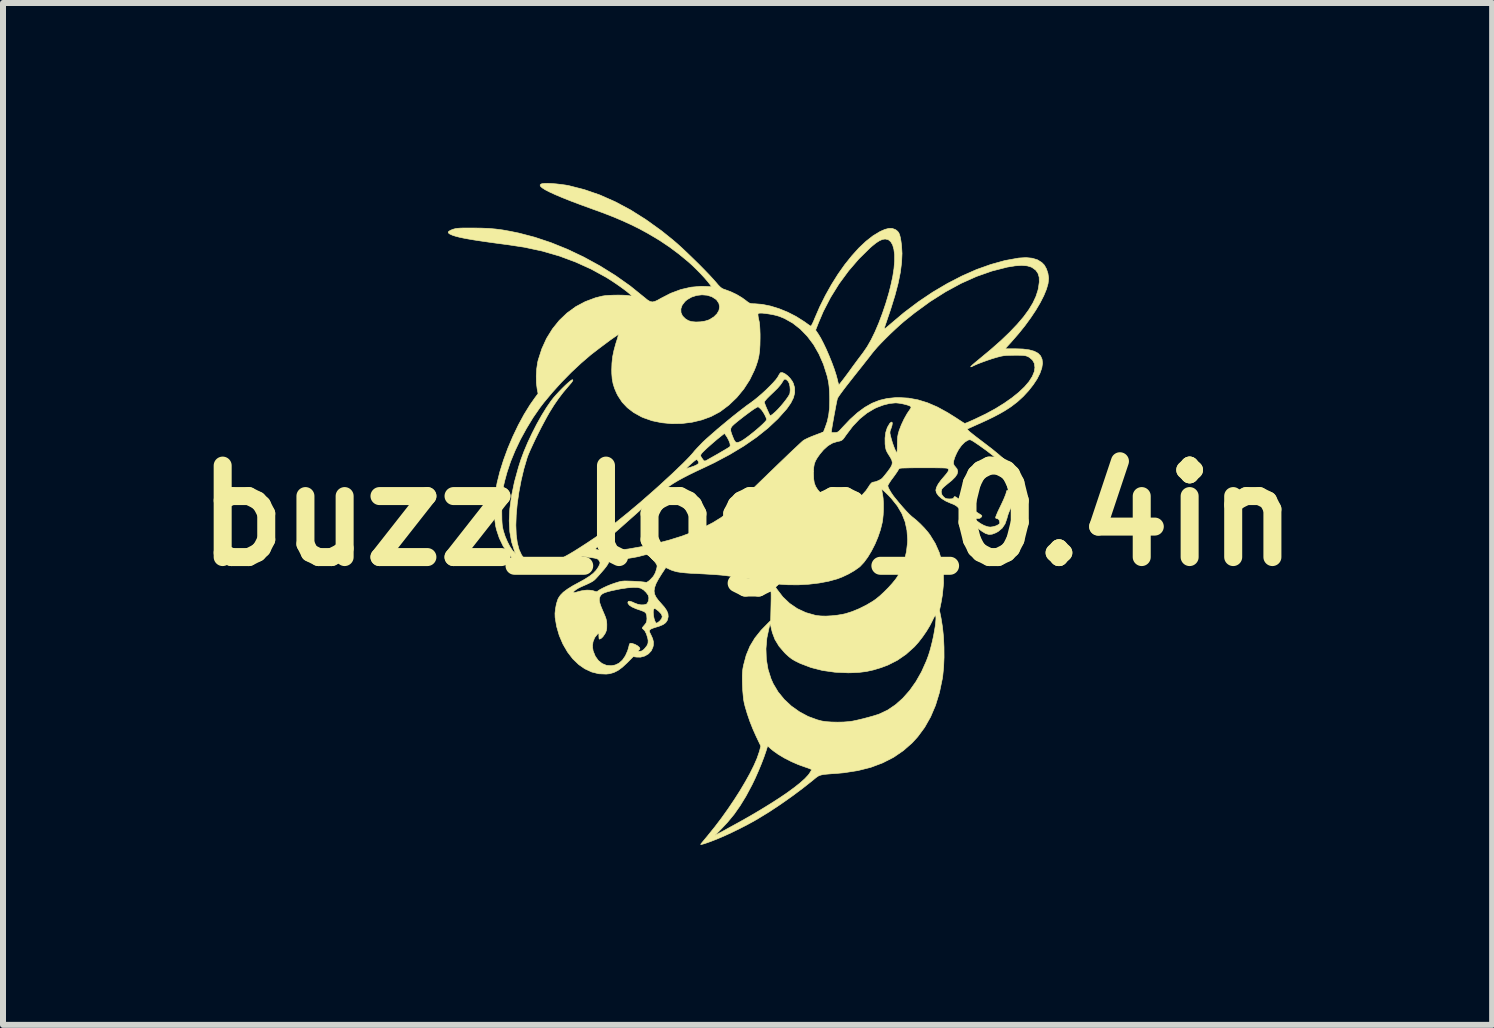
<source format=kicad_pcb>
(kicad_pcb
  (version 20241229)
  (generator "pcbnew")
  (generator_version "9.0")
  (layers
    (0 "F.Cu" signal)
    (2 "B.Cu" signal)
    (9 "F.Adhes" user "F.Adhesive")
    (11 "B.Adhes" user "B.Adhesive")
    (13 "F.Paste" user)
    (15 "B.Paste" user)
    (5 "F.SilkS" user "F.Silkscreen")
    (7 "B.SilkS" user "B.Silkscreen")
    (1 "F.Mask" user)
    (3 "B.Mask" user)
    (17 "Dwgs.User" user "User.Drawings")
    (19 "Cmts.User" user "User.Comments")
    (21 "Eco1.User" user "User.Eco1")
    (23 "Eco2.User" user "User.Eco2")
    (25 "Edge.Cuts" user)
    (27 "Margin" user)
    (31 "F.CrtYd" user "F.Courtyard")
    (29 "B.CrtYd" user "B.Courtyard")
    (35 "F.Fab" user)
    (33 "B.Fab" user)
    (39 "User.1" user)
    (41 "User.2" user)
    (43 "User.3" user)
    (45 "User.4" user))
  (footprint "buzz_logo_0.4in"
    (layer "F.Cu")
    (at 9.405 5.542)
    (property "Reference" "buzz_logo_0.4in" (at 0 0 0) (layer "F.SilkS") (effects (font (size 1.524 1.524) (thickness 0.3))))
    (attr through_hole)
    (fp_poly (pts (xy -3.262 -5.534) (xy -3.186 -5.528) (xy -3.108 -5.519) (xy -3.034 -5.509) (xy -2.978 -5.499) (xy -2.72 -5.433) (xy -2.462 -5.344) (xy -2.206 -5.231) (xy -1.949 -5.094) (xy -1.692 -4.932) (xy -1.433 -4.746) (xy -1.245 -4.595) (xy -1.174 -4.534) (xy -1.091 -4.459) (xy -1.001 -4.374) (xy -0.907 -4.283) (xy -0.813 -4.191) (xy -0.723 -4.1) (xy -0.641 -4.015) (xy -0.571 -3.939) (xy -0.527 -3.889) (xy -0.486 -3.841) (xy -0.454 -3.809) (xy -0.427 -3.788) (xy -0.4 -3.775) (xy -0.37 -3.765) (xy -0.279 -3.731) (xy -0.182 -3.685) (xy -0.092 -3.631) (xy -0.038 -3.592) (xy 0.002 -3.561) (xy 0.032 -3.542) (xy 0.059 -3.534) (xy 0.094 -3.531) (xy 0.118 -3.531) (xy 0.244 -3.521) (xy 0.382 -3.493) (xy 0.525 -3.449) (xy 0.668 -3.391) (xy 0.807 -3.32) (xy 0.937 -3.238) (xy 0.952 -3.228) (xy 0.992 -3.199) (xy 1.026 -3.175) (xy 1.047 -3.161) (xy 1.049 -3.159) (xy 1.06 -3.164) (xy 1.077 -3.191) (xy 1.1 -3.24) (xy 1.119 -3.286) (xy 1.203 -3.48) (xy 1.297 -3.669) (xy 1.399 -3.851) (xy 1.507 -4.023) (xy 1.62 -4.183) (xy 1.737 -4.329) (xy 1.855 -4.46) (xy 1.974 -4.572) (xy 2.09 -4.663) (xy 2.204 -4.732) (xy 2.211 -4.736) (xy 2.289 -4.77) (xy 2.355 -4.787) (xy 2.411 -4.786) (xy 2.461 -4.768) (xy 2.478 -4.757) (xy 2.501 -4.738) (xy 2.519 -4.715) (xy 2.533 -4.683) (xy 2.545 -4.638) (xy 2.556 -4.577) (xy 2.566 -4.502) (xy 2.574 -4.369) (xy 2.567 -4.22) (xy 2.546 -4.054) (xy 2.509 -3.871) (xy 2.456 -3.67) (xy 2.388 -3.45) (xy 2.364 -3.378) (xy 2.339 -3.305) (xy 2.317 -3.239) (xy 2.298 -3.184) (xy 2.285 -3.144) (xy 2.279 -3.125) (xy 2.279 -3.115) (xy 2.29 -3.118) (xy 2.314 -3.135) (xy 2.353 -3.168) (xy 2.377 -3.189) (xy 2.607 -3.383) (xy 2.844 -3.562) (xy 3.085 -3.724) (xy 3.329 -3.868) (xy 3.573 -3.994) (xy 3.815 -4.101) (xy 4.054 -4.186) (xy 4.288 -4.251) (xy 4.515 -4.292) (xy 4.524 -4.293) (xy 4.64 -4.3) (xy 4.743 -4.29) (xy 4.831 -4.263) (xy 4.902 -4.219) (xy 4.945 -4.175) (xy 4.98 -4.112) (xy 5.005 -4.037) (xy 5.016 -3.961) (xy 5.016 -3.947) (xy 5.007 -3.867) (xy 4.98 -3.773) (xy 4.936 -3.666) (xy 4.877 -3.55) (xy 4.804 -3.426) (xy 4.718 -3.297) (xy 4.621 -3.164) (xy 4.514 -3.031) (xy 4.398 -2.898) (xy 4.393 -2.892) (xy 4.291 -2.781) (xy 4.46 -2.781) (xy 4.588 -2.777) (xy 4.693 -2.763) (xy 4.777 -2.74) (xy 4.839 -2.707) (xy 4.882 -2.663) (xy 4.907 -2.607) (xy 4.915 -2.541) (xy 4.903 -2.462) (xy 4.872 -2.373) (xy 4.824 -2.278) (xy 4.759 -2.18) (xy 4.682 -2.082) (xy 4.594 -1.987) (xy 4.497 -1.898) (xy 4.394 -1.819) (xy 4.366 -1.8) (xy 4.285 -1.748) (xy 4.198 -1.698) (xy 4.101 -1.647) (xy 3.99 -1.593) (xy 3.859 -1.533) (xy 3.851 -1.53) (xy 3.658 -1.443) (xy 3.686 -1.412) (xy 3.704 -1.396) (xy 3.74 -1.367) (xy 3.789 -1.328) (xy 3.849 -1.282) (xy 3.916 -1.231) (xy 3.962 -1.196) (xy 4.077 -1.108) (xy 4.183 -1.021) (xy 4.28 -0.936) (xy 4.365 -0.857) (xy 4.435 -0.785) (xy 4.487 -0.722) (xy 4.514 -0.682) (xy 4.532 -0.648) (xy 4.542 -0.619) (xy 4.546 -0.584) (xy 4.545 -0.535) (xy 4.545 -0.524) (xy 4.541 -0.473) (xy 4.534 -0.433) (xy 4.52 -0.393) (xy 4.498 -0.345) (xy 4.484 -0.318) (xy 4.438 -0.23) (xy 4.403 -0.161) (xy 4.376 -0.107) (xy 4.357 -0.063) (xy 4.343 -0.026) (xy 4.332 0.008) (xy 4.323 0.043) (xy 4.321 0.049) (xy 4.29 0.137) (xy 4.242 0.208) (xy 4.175 0.264) (xy 4.134 0.286) (xy 4.076 0.308) (xy 4.023 0.313) (xy 3.969 0.298) (xy 3.91 0.263) (xy 3.889 0.248) (xy 3.834 0.204) (xy 3.781 0.158) (xy 3.727 0.104) (xy 3.665 0.039) (xy 3.594 -0.043) (xy 3.592 -0.044) (xy 3.547 -0.097) (xy 3.512 -0.134) (xy 3.484 -0.159) (xy 3.456 -0.177) (xy 3.425 -0.192) (xy 3.388 -0.206) (xy 3.304 -0.243) (xy 3.234 -0.286) (xy 3.181 -0.333) (xy 3.148 -0.381) (xy 3.144 -0.397) (xy 3.226 -0.397) (xy 3.238 -0.35) (xy 3.263 -0.317) (xy 3.291 -0.293) (xy 3.32 -0.282) (xy 3.362 -0.279) (xy 3.365 -0.279) (xy 3.405 -0.281) (xy 3.427 -0.288) (xy 3.438 -0.303) (xy 3.44 -0.306) (xy 3.445 -0.316) (xy 3.454 -0.318) (xy 3.471 -0.311) (xy 3.498 -0.293) (xy 3.54 -0.262) (xy 3.569 -0.239) (xy 3.654 -0.174) (xy 3.724 -0.122) (xy 3.786 -0.079) (xy 3.845 -0.041) (xy 3.859 -0.032) (xy 3.891 -0.012) (xy 3.904 0.002) (xy 3.902 0.014) (xy 3.891 0.027) (xy 3.87 0.043) (xy 3.841 0.047) (xy 3.817 0.045) (xy 3.766 0.037) (xy 3.816 0.083) (xy 3.876 0.128) (xy 3.942 0.164) (xy 4.005 0.185) (xy 4.045 0.19) (xy 4.09 0.184) (xy 4.138 0.17) (xy 4.15 0.165) (xy 4.182 0.148) (xy 4.201 0.131) (xy 4.204 0.124) (xy 4.197 0.084) (xy 4.181 0.058) (xy 4.165 0.051) (xy 4.141 0.044) (xy 4.133 0.037) (xy 4.135 0.021) (xy 4.148 -0.013) (xy 4.168 -0.061) (xy 4.195 -0.118) (xy 4.208 -0.144) (xy 4.239 -0.209) (xy 4.268 -0.272) (xy 4.29 -0.326) (xy 4.305 -0.366) (xy 4.307 -0.373) (xy 4.316 -0.409) (xy 4.324 -0.423) (xy 4.332 -0.42) (xy 4.339 -0.412) (xy 4.361 -0.397) (xy 4.386 -0.406) (xy 4.413 -0.44) (xy 4.423 -0.458) (xy 4.442 -0.523) (xy 4.441 -0.594) (xy 4.418 -0.662) (xy 4.414 -0.67) (xy 4.367 -0.738) (xy 4.299 -0.814) (xy 4.212 -0.898) (xy 4.109 -0.986) (xy 3.99 -1.079) (xy 3.859 -1.173) (xy 3.782 -1.225) (xy 3.742 -1.25) (xy 3.716 -1.263) (xy 3.696 -1.265) (xy 3.674 -1.259) (xy 3.67 -1.257) (xy 3.619 -1.225) (xy 3.566 -1.172) (xy 3.517 -1.104) (xy 3.484 -1.043) (xy 3.452 -0.97) (xy 3.435 -0.914) (xy 3.431 -0.872) (xy 3.441 -0.84) (xy 3.459 -0.818) (xy 3.491 -0.778) (xy 3.502 -0.736) (xy 3.491 -0.691) (xy 3.457 -0.642) (xy 3.401 -0.586) (xy 3.357 -0.551) (xy 3.312 -0.514) (xy 3.273 -0.481) (xy 3.247 -0.455) (xy 3.238 -0.444) (xy 3.226 -0.397) (xy 3.144 -0.397) (xy 3.137 -0.425) (xy 3.148 -0.471) (xy 3.178 -0.529) (xy 3.227 -0.596) (xy 3.269 -0.645) (xy 3.315 -0.699) (xy 3.342 -0.738) (xy 3.351 -0.765) (xy 3.342 -0.783) (xy 3.318 -0.792) (xy 3.295 -0.794) (xy 3.251 -0.796) (xy 3.19 -0.797) (xy 3.116 -0.798) (xy 3.034 -0.798) (xy 2.946 -0.798) (xy 2.858 -0.798) (xy 2.773 -0.798) (xy 2.696 -0.797) (xy 2.631 -0.795) (xy 2.582 -0.794) (xy 2.553 -0.792) (xy 2.55 -0.792) (xy 2.524 -0.782) (xy 2.515 -0.77) (xy 2.507 -0.754) (xy 2.487 -0.723) (xy 2.458 -0.681) (xy 2.426 -0.637) (xy 2.39 -0.589) (xy 2.362 -0.546) (xy 2.343 -0.514) (xy 2.337 -0.499) (xy 2.344 -0.472) (xy 2.364 -0.432) (xy 2.393 -0.383) (xy 2.428 -0.332) (xy 2.449 -0.305) (xy 2.516 -0.223) (xy 2.581 -0.147) (xy 2.641 -0.08) (xy 2.693 -0.026) (xy 2.735 0.013) (xy 2.75 0.025) (xy 2.811 0.074) (xy 2.879 0.137) (xy 2.947 0.207) (xy 3.007 0.277) (xy 3.038 0.318) (xy 3.127 0.462) (xy 3.194 0.613) (xy 3.24 0.773) (xy 3.263 0.943) (xy 3.266 1.124) (xy 3.247 1.318) (xy 3.225 1.446) (xy 3.198 1.577) (xy 3.224 1.706) (xy 3.248 1.856) (xy 3.265 2.02) (xy 3.273 2.191) (xy 3.274 2.361) (xy 3.267 2.524) (xy 3.252 2.673) (xy 3.245 2.718) (xy 3.197 2.948) (xy 3.132 3.16) (xy 3.05 3.352) (xy 2.951 3.527) (xy 2.835 3.684) (xy 2.743 3.785) (xy 2.595 3.915) (xy 2.431 4.027) (xy 2.25 4.119) (xy 2.053 4.193) (xy 1.838 4.247) (xy 1.607 4.283) (xy 1.486 4.294) (xy 1.395 4.3) (xy 1.325 4.306) (xy 1.272 4.311) (xy 1.232 4.319) (xy 1.2 4.328) (xy 1.172 4.342) (xy 1.145 4.361) (xy 1.114 4.386) (xy 1.083 4.412) (xy 0.916 4.544) (xy 0.736 4.678) (xy 0.55 4.809) (xy 0.363 4.933) (xy 0.183 5.043) (xy 0.108 5.087) (xy -0.011 5.152) (xy -0.138 5.217) (xy -0.267 5.28) (xy -0.393 5.338) (xy -0.513 5.389) (xy -0.621 5.431) (xy -0.712 5.463) (xy -0.722 5.466) (xy -0.76 5.476) (xy -0.778 5.48) (xy -0.78 5.475) (xy -0.773 5.464) (xy -0.758 5.446) (xy -0.731 5.413) (xy -0.696 5.371) (xy -0.66 5.328) (xy -0.658 5.325) (xy -0.54 5.325) (xy -0.438 5.271) (xy -0.39 5.245) (xy -0.327 5.21) (xy -0.256 5.171) (xy -0.183 5.131) (xy -0.152 5.114) (xy 0.038 5.007) (xy 0.216 4.902) (xy 0.38 4.801) (xy 0.53 4.705) (xy 0.664 4.614) (xy 0.78 4.529) (xy 0.878 4.451) (xy 0.955 4.382) (xy 1.011 4.322) (xy 1.029 4.298) (xy 1.05 4.265) (xy 1.064 4.241) (xy 1.067 4.233) (xy 1.056 4.224) (xy 1.025 4.211) (xy 0.981 4.195) (xy 0.956 4.187) (xy 0.845 4.147) (xy 0.73 4.097) (xy 0.618 4.04) (xy 0.515 3.979) (xy 0.428 3.917) (xy 0.384 3.881) (xy 0.335 3.837) (xy 0.306 3.928) (xy 0.272 4.026) (xy 0.229 4.138) (xy 0.18 4.256) (xy 0.128 4.374) (xy 0.076 4.482) (xy 0.068 4.497) (xy -0.027 4.675) (xy -0.124 4.833) (xy -0.225 4.977) (xy -0.335 5.11) (xy -0.418 5.199) (xy -0.54 5.325) (xy -0.658 5.325) (xy -0.545 5.185) (xy -0.431 5.035) (xy -0.322 4.882) (xy -0.219 4.729) (xy -0.122 4.577) (xy -0.035 4.43) (xy 0.042 4.291) (xy 0.107 4.161) (xy 0.158 4.044) (xy 0.193 3.942) (xy 0.2 3.92) (xy 0.221 3.838) (xy 0.143 3.675) (xy 0.089 3.554) (xy 0.038 3.425) (xy -0.006 3.296) (xy -0.042 3.174) (xy -0.057 3.111) (xy -0.066 3.062) (xy -0.073 2.993) (xy -0.08 2.914) (xy -0.084 2.831) (xy -0.085 2.813) (xy -0.087 2.728) (xy -0.087 2.662) (xy -0.084 2.607) (xy -0.079 2.558) (xy -0.07 2.507) (xy -0.066 2.489) (xy -0.022 2.324) (xy 0.023 2.216) (xy 0.307 2.216) (xy 0.313 2.391) (xy 0.341 2.558) (xy 0.391 2.717) (xy 0.428 2.8) (xy 0.509 2.936) (xy 0.611 3.061) (xy 0.73 3.172) (xy 0.864 3.267) (xy 1.009 3.345) (xy 1.162 3.401) (xy 1.238 3.421) (xy 1.311 3.432) (xy 1.401 3.438) (xy 1.5 3.44) (xy 1.599 3.438) (xy 1.69 3.431) (xy 1.754 3.422) (xy 1.833 3.405) (xy 1.921 3.384) (xy 2.012 3.36) (xy 2.098 3.336) (xy 2.171 3.313) (xy 2.199 3.303) (xy 2.334 3.239) (xy 2.464 3.151) (xy 2.587 3.042) (xy 2.701 2.913) (xy 2.806 2.765) (xy 2.899 2.601) (xy 2.98 2.42) (xy 3.014 2.329) (xy 3.037 2.256) (xy 3.059 2.175) (xy 3.08 2.09) (xy 3.099 2.004) (xy 3.114 1.921) (xy 3.127 1.844) (xy 3.135 1.776) (xy 3.139 1.721) (xy 3.138 1.683) (xy 3.131 1.665) (xy 3.127 1.664) (xy 3.118 1.675) (xy 3.102 1.703) (xy 3.082 1.744) (xy 3.08 1.749) (xy 3.037 1.833) (xy 2.981 1.926) (xy 2.916 2.02) (xy 2.848 2.108) (xy 2.782 2.182) (xy 2.777 2.187) (xy 2.641 2.309) (xy 2.496 2.409) (xy 2.338 2.489) (xy 2.223 2.532) (xy 2.097 2.57) (xy 1.979 2.596) (xy 1.858 2.611) (xy 1.725 2.617) (xy 1.676 2.618) (xy 1.456 2.608) (xy 1.25 2.579) (xy 1.058 2.53) (xy 0.882 2.463) (xy 0.852 2.449) (xy 0.786 2.416) (xy 0.735 2.385) (xy 0.69 2.35) (xy 0.641 2.306) (xy 0.617 2.282) (xy 0.525 2.175) (xy 0.457 2.063) (xy 0.413 1.947) (xy 0.409 1.93) (xy 0.398 1.886) (xy 0.389 1.845) (xy 0.386 1.835) (xy 0.381 1.814) (xy 0.376 1.811) (xy 0.369 1.828) (xy 0.36 1.861) (xy 0.322 2.039) (xy 0.307 2.216) (xy 0.023 2.216) (xy 0.04 2.175) (xy 0.122 2.039) (xy 0.225 1.91) (xy 0.266 1.868) (xy 0.385 1.747) (xy 0.391 1.484) (xy 0.393 1.388) (xy 0.393 1.314) (xy 0.391 1.258) (xy 0.385 1.217) (xy 0.375 1.188) (xy 0.359 1.167) (xy 0.336 1.15) (xy 0.309 1.136) (xy 0.435 1.136) (xy 0.44 1.147) (xy 0.456 1.174) (xy 0.48 1.212) (xy 0.49 1.226) (xy 0.588 1.354) (xy 0.701 1.461) (xy 0.83 1.549) (xy 0.972 1.615) (xy 1.127 1.659) (xy 1.154 1.664) (xy 1.222 1.671) (xy 1.306 1.673) (xy 1.4 1.668) (xy 1.496 1.658) (xy 1.585 1.643) (xy 1.631 1.633) (xy 1.742 1.598) (xy 1.861 1.549) (xy 1.979 1.49) (xy 2.087 1.426) (xy 2.14 1.389) (xy 2.206 1.335) (xy 2.276 1.27) (xy 2.347 1.199) (xy 2.411 1.128) (xy 2.465 1.062) (xy 2.501 1.01) (xy 2.564 0.885) (xy 2.614 0.745) (xy 2.648 0.598) (xy 2.665 0.452) (xy 2.667 0.397) (xy 2.656 0.244) (xy 2.625 0.101) (xy 2.572 -0.034) (xy 2.496 -0.163) (xy 2.396 -0.288) (xy 2.343 -0.344) (xy 2.303 -0.383) (xy 2.269 -0.415) (xy 2.246 -0.434) (xy 2.238 -0.439) (xy 2.238 -0.425) (xy 2.242 -0.393) (xy 2.249 -0.36) (xy 2.259 -0.291) (xy 2.264 -0.205) (xy 2.264 -0.111) (xy 2.26 -0.015) (xy 2.251 0.073) (xy 2.243 0.119) (xy 2.214 0.236) (xy 2.173 0.356) (xy 2.123 0.475) (xy 2.065 0.588) (xy 2.003 0.691) (xy 1.938 0.779) (xy 1.874 0.847) (xy 1.862 0.857) (xy 1.78 0.915) (xy 1.683 0.971) (xy 1.577 1.021) (xy 1.493 1.053) (xy 1.351 1.092) (xy 1.192 1.122) (xy 1.022 1.142) (xy 0.847 1.152) (xy 0.674 1.151) (xy 0.591 1.146) (xy 0.531 1.141) (xy 0.483 1.138) (xy 0.449 1.136) (xy 0.435 1.136) (xy 0.435 1.136) (xy 0.309 1.136) (xy 0.306 1.135) (xy 0.289 1.127) (xy 0.248 1.109) (xy 0.202 1.093) (xy 0.15 1.078) (xy 0.088 1.064) (xy 0.013 1.05) (xy -0.077 1.036) (xy -0.185 1.021) (xy -0.315 1.005) (xy -0.375 0.997) (xy -0.44 0.99) (xy -0.523 0.983) (xy -0.618 0.977) (xy -0.717 0.971) (xy -0.813 0.966) (xy -0.826 0.965) (xy -0.942 0.96) (xy -1.036 0.953) (xy -1.112 0.945) (xy -1.175 0.935) (xy -1.227 0.921) (xy -1.274 0.905) (xy -1.312 0.887) (xy -1.342 0.873) (xy -1.361 0.866) (xy -1.364 0.866) (xy -1.371 0.878) (xy -1.389 0.906) (xy -1.414 0.944) (xy -1.425 0.96) (xy -1.483 1.053) (xy -1.524 1.13) (xy -1.548 1.196) (xy -1.557 1.254) (xy -1.549 1.307) (xy -1.524 1.359) (xy -1.484 1.413) (xy -1.446 1.456) (xy -1.387 1.523) (xy -1.347 1.581) (xy -1.326 1.632) (xy -1.322 1.682) (xy -1.333 1.732) (xy -1.339 1.746) (xy -1.364 1.783) (xy -1.408 1.815) (xy -1.474 1.842) (xy -1.53 1.859) (xy -1.573 1.873) (xy -1.609 1.888) (xy -1.624 1.898) (xy -1.635 1.912) (xy -1.636 1.928) (xy -1.626 1.953) (xy -1.61 1.985) (xy -1.581 2.049) (xy -1.568 2.103) (xy -1.569 2.155) (xy -1.576 2.189) (xy -1.604 2.251) (xy -1.651 2.302) (xy -1.712 2.338) (xy -1.782 2.357) (xy -1.85 2.356) (xy -1.904 2.348) (xy -2.009 2.454) (xy -2.087 2.526) (xy -2.158 2.578) (xy -2.228 2.613) (xy -2.299 2.633) (xy -2.355 2.639) (xy -2.477 2.634) (xy -2.597 2.604) (xy -2.713 2.55) (xy -2.813 2.48) (xy -2.912 2.385) (xy -3 2.27) (xy -3.053 2.178) (xy -2.584 2.178) (xy -2.573 2.252) (xy -2.537 2.342) (xy -2.486 2.413) (xy -2.424 2.463) (xy -2.352 2.493) (xy -2.272 2.5) (xy -2.206 2.488) (xy -2.142 2.458) (xy -2.084 2.406) (xy -2.035 2.335) (xy -1.997 2.249) (xy -1.979 2.187) (xy -1.97 2.149) (xy -1.961 2.13) (xy -1.947 2.125) (xy -1.925 2.128) (xy -1.876 2.144) (xy -1.831 2.169) (xy -1.801 2.196) (xy -1.799 2.2) (xy -1.793 2.22) (xy -1.808 2.239) (xy -1.81 2.241) (xy -1.825 2.254) (xy -1.821 2.259) (xy -1.795 2.26) (xy -1.765 2.255) (xy -1.735 2.235) (xy -1.71 2.21) (xy -1.675 2.165) (xy -1.658 2.125) (xy -1.656 2.079) (xy -1.663 2.04) (xy -1.685 1.969) (xy -1.712 1.917) (xy -1.739 1.89) (xy -1.752 1.879) (xy -1.753 1.868) (xy -1.74 1.849) (xy -1.72 1.826) (xy -1.693 1.792) (xy -1.68 1.761) (xy -1.676 1.719) (xy -1.676 1.714) (xy -1.68 1.66) (xy -1.693 1.624) (xy -1.7 1.618) (xy -1.571 1.618) (xy -1.567 1.664) (xy -1.558 1.711) (xy -1.545 1.752) (xy -1.531 1.781) (xy -1.518 1.791) (xy -1.499 1.783) (xy -1.471 1.762) (xy -1.462 1.754) (xy -1.43 1.715) (xy -1.421 1.678) (xy -1.436 1.639) (xy -1.475 1.597) (xy -1.484 1.589) (xy -1.519 1.561) (xy -1.541 1.548) (xy -1.554 1.549) (xy -1.562 1.555) (xy -1.57 1.579) (xy -1.571 1.618) (xy -1.7 1.618) (xy -1.72 1.6) (xy -1.767 1.582) (xy -1.768 1.581) (xy -1.859 1.55) (xy -1.926 1.52) (xy -1.969 1.491) (xy -1.991 1.462) (xy -1.994 1.446) (xy -1.986 1.427) (xy -1.962 1.425) (xy -1.921 1.438) (xy -1.887 1.454) (xy -1.832 1.475) (xy -1.776 1.486) (xy -1.725 1.485) (xy -1.686 1.474) (xy -1.673 1.464) (xy -1.65 1.42) (xy -1.644 1.369) (xy -1.655 1.325) (xy -1.689 1.278) (xy -1.734 1.235) (xy -1.781 1.208) (xy -1.782 1.207) (xy -1.834 1.196) (xy -1.908 1.195) (xy -2 1.202) (xy -2.11 1.218) (xy -2.179 1.232) (xy -2.266 1.25) (xy -2.332 1.267) (xy -2.38 1.283) (xy -2.414 1.299) (xy -2.438 1.318) (xy -2.454 1.34) (xy -2.458 1.348) (xy -2.468 1.376) (xy -2.47 1.408) (xy -2.463 1.449) (xy -2.446 1.502) (xy -2.417 1.572) (xy -2.398 1.616) (xy -2.373 1.675) (xy -2.357 1.721) (xy -2.348 1.762) (xy -2.345 1.805) (xy -2.345 1.823) (xy -2.346 1.876) (xy -2.353 1.915) (xy -2.367 1.951) (xy -2.379 1.972) (xy -2.411 2.018) (xy -2.444 2.048) (xy -2.469 2.057) (xy -2.474 2.046) (xy -2.476 2.018) (xy -2.477 2.005) (xy -2.477 1.952) (xy -2.503 1.976) (xy -2.547 2.032) (xy -2.575 2.102) (xy -2.584 2.178) (xy -3.053 2.178) (xy -3.076 2.139) (xy -3.137 1.996) (xy -3.181 1.845) (xy -3.206 1.695) (xy -3.208 1.626) (xy -3.199 1.547) (xy -3.184 1.468) (xy -3.162 1.399) (xy -3.151 1.374) (xy -3.118 1.325) (xy -3.076 1.282) (xy -2.908 1.282) (xy -2.897 1.284) (xy -2.869 1.279) (xy -2.829 1.268) (xy -2.772 1.253) (xy -2.709 1.243) (xy -2.673 1.24) (xy -2.624 1.242) (xy -2.578 1.249) (xy -2.556 1.256) (xy -2.525 1.266) (xy -2.506 1.264) (xy -2.492 1.254) (xy -2.458 1.231) (xy -2.405 1.203) (xy -2.341 1.173) (xy -2.27 1.144) (xy -2.2 1.12) (xy -2.155 1.106) (xy -2.119 1.096) (xy -2.085 1.091) (xy -2.046 1.088) (xy -1.997 1.089) (xy -1.931 1.091) (xy -1.905 1.092) (xy -1.838 1.096) (xy -1.778 1.1) (xy -1.732 1.105) (xy -1.704 1.109) (xy -1.699 1.11) (xy -1.679 1.11) (xy -1.65 1.092) (xy -1.621 1.067) (xy -1.569 1.011) (xy -1.535 0.95) (xy -1.513 0.878) (xy -1.507 0.848) (xy -1.509 0.825) (xy -1.521 0.802) (xy -1.545 0.769) (xy -1.554 0.759) (xy -1.587 0.721) (xy -1.621 0.687) (xy -1.642 0.669) (xy -1.665 0.653) (xy -1.686 0.649) (xy -1.716 0.654) (xy -1.737 0.66) (xy -1.821 0.682) (xy -1.904 0.698) (xy -1.993 0.712) (xy -2.098 0.723) (xy -2.123 0.725) (xy -2.297 0.741) (xy -2.319 0.791) (xy -2.334 0.818) (xy -2.356 0.85) (xy -2.389 0.892) (xy -2.435 0.945) (xy -2.495 1.013) (xy -2.532 1.053) (xy -2.554 1.074) (xy -2.583 1.095) (xy -2.623 1.117) (xy -2.677 1.143) (xy -2.75 1.175) (xy -2.781 1.189) (xy -2.823 1.21) (xy -2.862 1.235) (xy -2.892 1.26) (xy -2.908 1.279) (xy -2.908 1.282) (xy -3.076 1.282) (xy -3.069 1.275) (xy -3.001 1.224) (xy -2.913 1.169) (xy -2.821 1.119) (xy -2.717 1.062) (xy -2.635 1.01) (xy -2.571 0.961) (xy -2.523 0.911) (xy -2.488 0.86) (xy -2.481 0.848) (xy -2.464 0.811) (xy -2.457 0.788) (xy -2.461 0.77) (xy -2.47 0.754) (xy -2.482 0.737) (xy -2.495 0.724) (xy -2.514 0.716) (xy -2.545 0.708) (xy -2.591 0.7) (xy -2.636 0.694) (xy -2.75 0.677) (xy -2.845 0.73) (xy -2.977 0.796) (xy -3.105 0.847) (xy -3.181 0.87) (xy -3.249 0.883) (xy -3.329 0.893) (xy -3.414 0.898) (xy -3.495 0.899) (xy -3.564 0.895) (xy -3.597 0.89) (xy -3.709 0.854) (xy -3.815 0.795) (xy -3.912 0.715) (xy -3.999 0.617) (xy -4.074 0.502) (xy -4.136 0.373) (xy -4.183 0.232) (xy -4.198 0.166) (xy -4.209 0.083) (xy -4.215 -0.019) (xy -4.215 -0.095) (xy -4.095 -0.095) (xy -4.094 -0.004) (xy -4.093 0.067) (xy -4.09 0.122) (xy -4.086 0.166) (xy -4.079 0.205) (xy -4.071 0.243) (xy -4.066 0.26) (xy -4.038 0.347) (xy -4.001 0.433) (xy -3.961 0.511) (xy -3.919 0.575) (xy -3.904 0.593) (xy -3.861 0.641) (xy -3.882 0.591) (xy -3.931 0.438) (xy -3.961 0.27) (xy -3.971 0.086) (xy -3.961 -0.114) (xy -3.932 -0.33) (xy -3.884 -0.561) (xy -3.816 -0.808) (xy -3.776 -0.933) (xy -3.725 -1.07) (xy -3.662 -1.219) (xy -3.59 -1.372) (xy -3.512 -1.525) (xy -3.43 -1.671) (xy -3.348 -1.804) (xy -3.274 -1.911) (xy -3.237 -1.959) (xy -3.191 -2.012) (xy -3.141 -2.066) (xy -3.089 -2.12) (xy -3.038 -2.17) (xy -2.992 -2.212) (xy -2.954 -2.244) (xy -2.927 -2.263) (xy -2.916 -2.266) (xy -2.91 -2.258) (xy -2.917 -2.241) (xy -2.937 -2.213) (xy -2.973 -2.171) (xy -2.986 -2.156) (xy -3.073 -2.053) (xy -3.15 -1.952) (xy -3.225 -1.843) (xy -3.301 -1.721) (xy -3.343 -1.647) (xy -3.39 -1.56) (xy -3.44 -1.466) (xy -3.49 -1.367) (xy -3.539 -1.268) (xy -3.583 -1.174) (xy -3.622 -1.089) (xy -3.653 -1.017) (xy -3.673 -0.963) (xy -3.674 -0.959) (xy -3.727 -0.779) (xy -3.772 -0.589) (xy -3.809 -0.393) (xy -3.837 -0.199) (xy -3.854 -0.013) (xy -3.86 0.157) (xy -3.86 0.159) (xy -3.854 0.316) (xy -3.836 0.452) (xy -3.806 0.565) (xy -3.764 0.657) (xy -3.709 0.727) (xy -3.641 0.776) (xy -3.56 0.804) (xy -3.466 0.812) (xy -3.358 0.799) (xy -3.311 0.788) (xy -3.251 0.771) (xy -3.189 0.749) (xy -3.125 0.722) (xy -3.056 0.688) (xy -2.978 0.645) (xy -2.89 0.593) (xy -2.79 0.53) (xy -2.674 0.455) (xy -2.541 0.366) (xy -2.516 0.349) (xy -2.357 0.236) (xy -2.182 0.104) (xy -1.993 -0.049) (xy -1.788 -0.221) (xy -1.57 -0.412) (xy -1.561 -0.42) (xy -1.454 -0.516) (xy -1.351 -0.611) (xy -1.253 -0.701) (xy -1.163 -0.787) (xy -1.158 -0.792) (xy -1.015 -0.792) (xy -1.013 -0.788) (xy -1.013 -0.788) (xy -1 -0.791) (xy -0.971 -0.8) (xy -0.951 -0.806) (xy -0.891 -0.827) (xy -0.846 -0.848) (xy -0.819 -0.868) (xy -0.813 -0.881) (xy -0.82 -0.903) (xy -0.831 -0.921) (xy -0.84 -0.932) (xy -0.851 -0.934) (xy -0.868 -0.925) (xy -0.896 -0.903) (xy -0.932 -0.872) (xy -0.977 -0.832) (xy -1.004 -0.806) (xy -1.015 -0.792) (xy -1.158 -0.792) (xy -1.083 -0.864) (xy -1.015 -0.932) (xy -0.961 -0.988) (xy -0.955 -0.994) (xy -0.781 -0.994) (xy -0.768 -0.971) (xy -0.755 -0.952) (xy -0.733 -0.922) (xy -0.717 -0.911) (xy -0.7 -0.914) (xy -0.694 -0.916) (xy -0.674 -0.927) (xy -0.636 -0.949) (xy -0.586 -0.977) (xy -0.526 -1.011) (xy -0.489 -1.032) (xy -0.428 -1.068) (xy -0.373 -1.1) (xy -0.33 -1.126) (xy -0.303 -1.143) (xy -0.295 -1.149) (xy -0.288 -1.171) (xy -0.294 -1.208) (xy -0.312 -1.254) (xy -0.338 -1.304) (xy -0.351 -1.324) (xy -0.384 -1.371) (xy -0.449 -1.32) (xy -0.506 -1.274) (xy -0.565 -1.224) (xy -0.623 -1.173) (xy -0.677 -1.125) (xy -0.721 -1.083) (xy -0.754 -1.05) (xy -0.769 -1.033) (xy -0.78 -1.012) (xy -0.781 -0.994) (xy -0.955 -0.994) (xy -0.923 -1.031) (xy -0.914 -1.041) (xy -0.883 -1.079) (xy -0.839 -1.127) (xy -0.789 -1.179) (xy -0.744 -1.226) (xy -0.689 -1.277) (xy -0.618 -1.34) (xy -0.535 -1.412) (xy -0.507 -1.437) (xy -0.282 -1.437) (xy -0.278 -1.405) (xy -0.266 -1.365) (xy -0.246 -1.314) (xy -0.245 -1.311) (xy -0.223 -1.259) (xy -0.201 -1.228) (xy -0.177 -1.218) (xy -0.144 -1.225) (xy -0.11 -1.24) (xy -0.073 -1.262) (xy -0.025 -1.295) (xy 0.03 -1.336) (xy 0.089 -1.383) (xy 0.148 -1.431) (xy 0.203 -1.479) (xy 0.251 -1.523) (xy 0.288 -1.56) (xy 0.311 -1.587) (xy 0.318 -1.6) (xy 0.31 -1.631) (xy 0.291 -1.673) (xy 0.265 -1.719) (xy 0.237 -1.759) (xy 0.214 -1.784) (xy 0.175 -1.816) (xy 0.125 -1.788) (xy 0.098 -1.771) (xy 0.056 -1.741) (xy 0.003 -1.702) (xy -0.057 -1.657) (xy -0.106 -1.619) (xy -0.173 -1.566) (xy -0.222 -1.525) (xy -0.256 -1.493) (xy -0.275 -1.465) (xy -0.282 -1.437) (xy -0.507 -1.437) (xy -0.444 -1.49) (xy -0.349 -1.569) (xy -0.254 -1.647) (xy -0.162 -1.72) (xy -0.078 -1.785) (xy -0.006 -1.84) (xy 0.04 -1.872) (xy 0.07 -1.894) (xy 0.279 -1.894) (xy 0.284 -1.876) (xy 0.296 -1.843) (xy 0.313 -1.801) (xy 0.333 -1.756) (xy 0.352 -1.714) (xy 0.367 -1.682) (xy 0.377 -1.665) (xy 0.379 -1.664) (xy 0.39 -1.671) (xy 0.415 -1.688) (xy 0.427 -1.698) (xy 0.464 -1.73) (xy 0.508 -1.774) (xy 0.555 -1.826) (xy 0.601 -1.881) (xy 0.643 -1.935) (xy 0.677 -1.983) (xy 0.699 -2.021) (xy 0.706 -2.038) (xy 0.711 -2.094) (xy 0.707 -2.151) (xy 0.696 -2.201) (xy 0.679 -2.235) (xy 0.678 -2.237) (xy 0.646 -2.268) (xy 0.622 -2.277) (xy 0.602 -2.263) (xy 0.58 -2.227) (xy 0.579 -2.225) (xy 0.55 -2.182) (xy 0.501 -2.125) (xy 0.433 -2.058) (xy 0.414 -2.04) (xy 0.366 -1.994) (xy 0.325 -1.953) (xy 0.296 -1.919) (xy 0.28 -1.898) (xy 0.279 -1.894) (xy 0.07 -1.894) (xy 0.101 -1.917) (xy 0.168 -1.971) (xy 0.238 -2.031) (xy 0.307 -2.094) (xy 0.371 -2.157) (xy 0.428 -2.216) (xy 0.473 -2.267) (xy 0.503 -2.308) (xy 0.511 -2.322) (xy 0.529 -2.355) (xy 0.546 -2.378) (xy 0.552 -2.383) (xy 0.584 -2.383) (xy 0.624 -2.364) (xy 0.667 -2.332) (xy 0.708 -2.29) (xy 0.743 -2.243) (xy 0.762 -2.207) (xy 0.785 -2.129) (xy 0.786 -2.049) (xy 0.765 -1.965) (xy 0.721 -1.877) (xy 0.654 -1.781) (xy 0.647 -1.773) (xy 0.506 -1.615) (xy 0.341 -1.46) (xy 0.151 -1.308) (xy -0.062 -1.161) (xy -0.298 -1.019) (xy -0.556 -0.882) (xy -0.715 -0.806) (xy -0.854 -0.741) (xy -0.971 -0.684) (xy -1.072 -0.632) (xy -1.158 -0.585) (xy -1.233 -0.54) (xy -1.301 -0.495) (xy -1.363 -0.449) (xy -1.424 -0.4) (xy -1.451 -0.377) (xy -1.503 -0.332) (xy -1.565 -0.28) (xy -1.624 -0.23) (xy -1.643 -0.215) (xy -1.687 -0.178) (xy -1.745 -0.129) (xy -1.81 -0.073) (xy -1.877 -0.013) (xy -1.929 0.033) (xy -2.045 0.136) (xy -2.145 0.225) (xy -2.231 0.299) (xy -2.306 0.363) (xy -2.371 0.417) (xy -2.43 0.463) (xy -2.443 0.473) (xy -2.488 0.508) (xy -2.516 0.532) (xy -2.528 0.547) (xy -2.528 0.557) (xy -2.519 0.564) (xy -2.494 0.57) (xy -2.449 0.575) (xy -2.387 0.577) (xy -2.315 0.577) (xy -2.236 0.574) (xy -2.154 0.57) (xy -2.076 0.565) (xy -2.005 0.557) (xy -1.981 0.554) (xy -1.749 0.513) (xy -1.523 0.464) (xy -1.306 0.407) (xy -1.101 0.343) (xy -0.909 0.272) (xy -0.734 0.196) (xy -0.577 0.116) (xy -0.441 0.032) (xy -0.35 -0.037) (xy -0.323 -0.061) (xy -0.279 -0.101) (xy -0.221 -0.155) (xy -0.151 -0.221) (xy -0.07 -0.297) (xy 0.019 -0.383) (xy 0.115 -0.475) (xy 0.215 -0.572) (xy 0.317 -0.67) (xy 0.346 -0.699) (xy 1.099 -0.699) (xy 1.102 -0.613) (xy 1.112 -0.546) (xy 1.134 -0.488) (xy 1.168 -0.434) (xy 1.215 -0.38) (xy 1.297 -0.307) (xy 1.389 -0.253) (xy 1.485 -0.218) (xy 1.584 -0.203) (xy 1.679 -0.21) (xy 1.759 -0.234) (xy 1.833 -0.278) (xy 1.907 -0.342) (xy 1.975 -0.419) (xy 2.013 -0.475) (xy 2.043 -0.521) (xy 2.067 -0.547) (xy 2.087 -0.558) (xy 2.093 -0.558) (xy 2.132 -0.566) (xy 2.18 -0.584) (xy 2.223 -0.607) (xy 2.24 -0.62) (xy 2.258 -0.639) (xy 2.286 -0.673) (xy 2.32 -0.716) (xy 2.338 -0.739) (xy 2.38 -0.797) (xy 2.405 -0.843) (xy 2.412 -0.883) (xy 2.404 -0.924) (xy 2.38 -0.971) (xy 2.357 -1.007) (xy 2.328 -1.054) (xy 2.31 -1.092) (xy 2.3 -1.132) (xy 2.293 -1.185) (xy 2.292 -1.192) (xy 2.291 -1.294) (xy 2.303 -1.388) (xy 2.329 -1.469) (xy 2.367 -1.533) (xy 2.372 -1.54) (xy 2.395 -1.559) (xy 2.408 -1.557) (xy 2.412 -1.537) (xy 2.406 -1.5) (xy 2.39 -1.451) (xy 2.389 -1.448) (xy 2.378 -1.42) (xy 2.373 -1.397) (xy 2.373 -1.372) (xy 2.38 -1.338) (xy 2.393 -1.287) (xy 2.395 -1.281) (xy 2.413 -1.219) (xy 2.434 -1.159) (xy 2.454 -1.108) (xy 2.473 -1.069) (xy 2.487 -1.049) (xy 2.487 -1.049) (xy 2.491 -1.059) (xy 2.493 -1.089) (xy 2.495 -1.135) (xy 2.496 -1.186) (xy 2.497 -1.258) (xy 2.501 -1.314) (xy 2.51 -1.362) (xy 2.524 -1.411) (xy 2.525 -1.416) (xy 2.562 -1.512) (xy 2.608 -1.61) (xy 2.658 -1.699) (xy 2.689 -1.745) (xy 2.713 -1.78) (xy 2.724 -1.801) (xy 2.722 -1.814) (xy 2.712 -1.824) (xy 2.684 -1.837) (xy 2.638 -1.851) (xy 2.584 -1.864) (xy 2.527 -1.874) (xy 2.478 -1.879) (xy 2.461 -1.879) (xy 2.367 -1.87) (xy 2.263 -1.844) (xy 2.156 -1.804) (xy 2.115 -1.785) (xy 1.988 -1.709) (xy 1.868 -1.612) (xy 1.753 -1.491) (xy 1.644 -1.347) (xy 1.639 -1.34) (xy 1.609 -1.297) (xy 1.587 -1.27) (xy 1.565 -1.254) (xy 1.539 -1.244) (xy 1.5 -1.236) (xy 1.498 -1.236) (xy 1.416 -1.21) (xy 1.34 -1.165) (xy 1.266 -1.098) (xy 1.207 -1.028) (xy 1.162 -0.965) (xy 1.132 -0.913) (xy 1.113 -0.863) (xy 1.103 -0.807) (xy 1.099 -0.737) (xy 1.099 -0.699) (xy 0.346 -0.699) (xy 0.418 -0.768) (xy 0.515 -0.862) (xy 0.606 -0.949) (xy 0.689 -1.029) (xy 0.763 -1.099) (xy 0.826 -1.158) (xy 0.875 -1.204) (xy 0.91 -1.236) (xy 0.929 -1.252) (xy 0.93 -1.253) (xy 0.961 -1.271) (xy 1.009 -1.294) (xy 1.067 -1.319) (xy 1.121 -1.34) (xy 1.237 -1.384) (xy 1.395 -1.384) (xy 1.45 -1.384) (xy 1.477 -1.386) (xy 1.499 -1.392) (xy 1.521 -1.407) (xy 1.549 -1.435) (xy 1.581 -1.47) (xy 1.708 -1.604) (xy 1.831 -1.715) (xy 1.952 -1.804) (xy 2.073 -1.873) (xy 2.197 -1.922) (xy 2.327 -1.953) (xy 2.465 -1.967) (xy 2.525 -1.968) (xy 2.682 -1.959) (xy 2.84 -1.93) (xy 2.999 -1.881) (xy 3.162 -1.811) (xy 3.332 -1.718) (xy 3.468 -1.633) (xy 3.521 -1.598) (xy 3.567 -1.568) (xy 3.601 -1.547) (xy 3.619 -1.537) (xy 3.621 -1.537) (xy 3.635 -1.542) (xy 3.669 -1.555) (xy 3.716 -1.576) (xy 3.774 -1.602) (xy 3.798 -1.613) (xy 3.971 -1.696) (xy 4.131 -1.783) (xy 4.276 -1.873) (xy 4.406 -1.964) (xy 4.519 -2.055) (xy 4.615 -2.146) (xy 4.69 -2.234) (xy 4.745 -2.32) (xy 4.778 -2.401) (xy 4.788 -2.469) (xy 4.778 -2.539) (xy 4.747 -2.594) (xy 4.695 -2.638) (xy 4.684 -2.644) (xy 4.659 -2.656) (xy 4.635 -2.664) (xy 4.605 -2.669) (xy 4.564 -2.672) (xy 4.507 -2.673) (xy 4.451 -2.673) (xy 4.374 -2.672) (xy 4.315 -2.67) (xy 4.266 -2.665) (xy 4.218 -2.656) (xy 4.165 -2.642) (xy 4.147 -2.637) (xy 4.073 -2.615) (xy 3.993 -2.588) (xy 3.913 -2.559) (xy 3.839 -2.531) (xy 3.779 -2.505) (xy 3.755 -2.493) (xy 3.728 -2.481) (xy 3.717 -2.48) (xy 3.725 -2.491) (xy 3.751 -2.516) (xy 3.796 -2.555) (xy 3.861 -2.608) (xy 3.864 -2.611) (xy 4.054 -2.769) (xy 4.222 -2.917) (xy 4.368 -3.057) (xy 4.493 -3.188) (xy 4.599 -3.312) (xy 4.686 -3.431) (xy 4.754 -3.543) (xy 4.805 -3.652) (xy 4.839 -3.757) (xy 4.847 -3.794) (xy 4.861 -3.893) (xy 4.859 -3.973) (xy 4.839 -4.038) (xy 4.803 -4.09) (xy 4.747 -4.131) (xy 4.728 -4.142) (xy 4.658 -4.163) (xy 4.568 -4.17) (xy 4.458 -4.163) (xy 4.329 -4.142) (xy 4.325 -4.141) (xy 4.071 -4.076) (xy 3.815 -3.986) (xy 3.558 -3.871) (xy 3.3 -3.731) (xy 3.041 -3.567) (xy 2.782 -3.378) (xy 2.61 -3.24) (xy 2.538 -3.178) (xy 2.461 -3.107) (xy 2.38 -3.031) (xy 2.302 -2.954) (xy 2.228 -2.879) (xy 2.163 -2.81) (xy 2.112 -2.751) (xy 2.085 -2.718) (xy 2.058 -2.684) (xy 2.019 -2.633) (xy 1.969 -2.57) (xy 1.911 -2.496) (xy 1.848 -2.417) (xy 1.783 -2.335) (xy 1.761 -2.307) (xy 1.699 -2.228) (xy 1.641 -2.154) (xy 1.59 -2.087) (xy 1.549 -2.031) (xy 1.518 -1.987) (xy 1.501 -1.959) (xy 1.497 -1.951) (xy 1.491 -1.924) (xy 1.481 -1.877) (xy 1.469 -1.816) (xy 1.456 -1.745) (xy 1.442 -1.671) (xy 1.429 -1.597) (xy 1.417 -1.531) (xy 1.408 -1.477) (xy 1.403 -1.445) (xy 1.395 -1.384) (xy 1.237 -1.384) (xy 1.264 -1.394) (xy 1.294 -1.469) (xy 1.329 -1.57) (xy 1.352 -1.677) (xy 1.366 -1.795) (xy 1.369 -1.929) (xy 1.368 -1.988) (xy 1.365 -2.074) (xy 1.36 -2.142) (xy 1.353 -2.201) (xy 1.343 -2.257) (xy 1.329 -2.318) (xy 1.324 -2.337) (xy 1.265 -2.523) (xy 1.19 -2.694) (xy 1.101 -2.85) (xy 0.997 -2.988) (xy 0.897 -3.092) (xy 1.134 -3.092) (xy 1.177 -3.029) (xy 1.219 -2.96) (xy 1.264 -2.873) (xy 1.312 -2.773) (xy 1.359 -2.664) (xy 1.404 -2.553) (xy 1.444 -2.445) (xy 1.476 -2.346) (xy 1.499 -2.261) (xy 1.505 -2.232) (xy 1.513 -2.202) (xy 1.522 -2.185) (xy 1.524 -2.184) (xy 1.535 -2.194) (xy 1.557 -2.222) (xy 1.59 -2.264) (xy 1.631 -2.318) (xy 1.677 -2.38) (xy 1.694 -2.403) (xy 1.747 -2.477) (xy 1.801 -2.55) (xy 1.852 -2.619) (xy 1.896 -2.677) (xy 1.929 -2.721) (xy 1.931 -2.724) (xy 1.994 -2.816) (xy 2.059 -2.93) (xy 2.124 -3.063) (xy 2.187 -3.211) (xy 2.247 -3.37) (xy 2.304 -3.538) (xy 2.355 -3.71) (xy 2.386 -3.832) (xy 2.419 -3.982) (xy 2.44 -4.118) (xy 2.45 -4.241) (xy 2.45 -4.349) (xy 2.438 -4.44) (xy 2.417 -4.513) (xy 2.385 -4.566) (xy 2.344 -4.599) (xy 2.293 -4.61) (xy 2.248 -4.603) (xy 2.199 -4.582) (xy 2.141 -4.545) (xy 2.073 -4.49) (xy 2.038 -4.459) (xy 1.855 -4.279) (xy 1.683 -4.079) (xy 1.524 -3.863) (xy 1.383 -3.636) (xy 1.261 -3.4) (xy 1.184 -3.219) (xy 1.134 -3.092) (xy 0.897 -3.092) (xy 0.881 -3.108) (xy 0.754 -3.208) (xy 0.616 -3.286) (xy 0.533 -3.32) (xy 0.484 -3.335) (xy 0.425 -3.349) (xy 0.362 -3.36) (xy 0.301 -3.369) (xy 0.246 -3.375) (xy 0.204 -3.375) (xy 0.179 -3.371) (xy 0.177 -3.37) (xy 0.173 -3.349) (xy 0.178 -3.307) (xy 0.186 -3.269) (xy 0.196 -3.224) (xy 0.202 -3.171) (xy 0.206 -3.106) (xy 0.209 -3.023) (xy 0.209 -2.959) (xy 0.207 -2.844) (xy 0.201 -2.747) (xy 0.189 -2.661) (xy 0.17 -2.58) (xy 0.142 -2.495) (xy 0.114 -2.424) (xy 0.036 -2.263) (xy -0.063 -2.11) (xy -0.18 -1.968) (xy -0.312 -1.842) (xy -0.454 -1.735) (xy -0.471 -1.725) (xy -0.609 -1.652) (xy -0.762 -1.596) (xy -0.925 -1.557) (xy -1.094 -1.536) (xy -1.264 -1.533) (xy -1.431 -1.549) (xy -1.591 -1.582) (xy -1.739 -1.634) (xy -1.772 -1.649) (xy -1.899 -1.72) (xy -2.003 -1.8) (xy -2.089 -1.891) (xy -2.158 -1.996) (xy -2.18 -2.038) (xy -2.216 -2.122) (xy -2.24 -2.199) (xy -2.255 -2.278) (xy -2.262 -2.368) (xy -2.263 -2.432) (xy -2.259 -2.543) (xy -2.248 -2.647) (xy -2.226 -2.753) (xy -2.194 -2.87) (xy -2.184 -2.901) (xy -2.168 -2.951) (xy -2.157 -2.99) (xy -2.151 -3.014) (xy -2.15 -3.018) (xy -2.162 -3.013) (xy -2.19 -2.994) (xy -2.232 -2.965) (xy -2.285 -2.928) (xy -2.344 -2.884) (xy -2.407 -2.837) (xy -2.471 -2.789) (xy -2.532 -2.742) (xy -2.588 -2.699) (xy -2.61 -2.682) (xy -2.772 -2.543) (xy -2.938 -2.388) (xy -3.101 -2.222) (xy -3.255 -2.051) (xy -3.396 -1.882) (xy -3.461 -1.797) (xy -3.575 -1.632) (xy -3.683 -1.454) (xy -3.784 -1.27) (xy -3.873 -1.083) (xy -3.948 -0.901) (xy -4.006 -0.727) (xy -4.018 -0.684) (xy -4.045 -0.585) (xy -4.064 -0.503) (xy -4.078 -0.428) (xy -4.087 -0.356) (xy -4.092 -0.279) (xy -4.094 -0.189) (xy -4.095 -0.095) (xy -4.215 -0.095) (xy -4.215 -0.132) (xy -4.21 -0.252) (xy -4.2 -0.371) (xy -4.184 -0.483) (xy -4.173 -0.546) (xy -4.127 -0.731) (xy -4.066 -0.925) (xy -3.994 -1.122) (xy -3.911 -1.318) (xy -3.82 -1.508) (xy -3.723 -1.687) (xy -3.623 -1.849) (xy -3.545 -1.96) (xy -3.49 -2.034) (xy -3.505 -2.111) (xy -3.518 -2.213) (xy -3.52 -2.328) (xy -3.513 -2.445) (xy -3.497 -2.555) (xy -3.488 -2.592) (xy -3.428 -2.779) (xy -3.349 -2.953) (xy -3.251 -3.111) (xy -3.137 -3.253) (xy -3.007 -3.377) (xy -2.911 -3.446) (xy -1.111 -3.446) (xy -1.109 -3.385) (xy -1.084 -3.329) (xy -1.035 -3.28) (xy -0.984 -3.249) (xy -0.93 -3.233) (xy -0.86 -3.227) (xy -0.784 -3.23) (xy -0.708 -3.242) (xy -0.642 -3.263) (xy -0.63 -3.269) (xy -0.56 -3.313) (xy -0.508 -3.365) (xy -0.476 -3.421) (xy -0.466 -3.48) (xy -0.477 -3.537) (xy -0.511 -3.589) (xy -0.527 -3.605) (xy -0.594 -3.648) (xy -0.673 -3.673) (xy -0.759 -3.68) (xy -0.847 -3.67) (xy -0.931 -3.643) (xy -1.006 -3.6) (xy -1.042 -3.569) (xy -1.089 -3.508) (xy -1.111 -3.446) (xy -2.911 -3.446) (xy -2.863 -3.482) (xy -2.705 -3.566) (xy -2.535 -3.63) (xy -2.419 -3.659) (xy -2.372 -3.666) (xy -2.307 -3.671) (xy -2.232 -3.674) (xy -2.155 -3.675) (xy -2.081 -3.674) (xy -2.019 -3.671) (xy -1.976 -3.666) (xy -1.945 -3.66) (xy -1.934 -3.662) (xy -1.94 -3.673) (xy -1.943 -3.677) (xy -1.967 -3.699) (xy -2.007 -3.732) (xy -2.061 -3.773) (xy -2.123 -3.818) (xy -2.189 -3.864) (xy -2.256 -3.909) (xy -2.319 -3.949) (xy -2.352 -3.97) (xy -2.606 -4.109) (xy -2.867 -4.227) (xy -3.137 -4.327) (xy -3.42 -4.409) (xy -3.718 -4.473) (xy -3.988 -4.514) (xy -4.163 -4.537) (xy -4.315 -4.558) (xy -4.446 -4.577) (xy -4.558 -4.594) (xy -4.652 -4.61) (xy -4.732 -4.625) (xy -4.798 -4.639) (xy -4.854 -4.653) (xy -4.9 -4.667) (xy -4.922 -4.675) (xy -4.967 -4.696) (xy -4.987 -4.715) (xy -4.982 -4.734) (xy -4.951 -4.754) (xy -4.915 -4.769) (xy -4.889 -4.777) (xy -4.862 -4.784) (xy -4.83 -4.788) (xy -4.788 -4.791) (xy -4.733 -4.793) (xy -4.661 -4.793) (xy -4.572 -4.793) (xy -4.434 -4.791) (xy -4.311 -4.786) (xy -4.197 -4.776) (xy -4.082 -4.761) (xy -3.96 -4.739) (xy -3.822 -4.711) (xy -3.816 -4.71) (xy -3.548 -4.64) (xy -3.275 -4.549) (xy -3 -4.438) (xy -2.727 -4.308) (xy -2.46 -4.162) (xy -2.201 -4.001) (xy -1.955 -3.827) (xy -1.726 -3.642) (xy -1.718 -3.636) (xy -1.667 -3.594) (xy -1.625 -3.569) (xy -1.586 -3.561) (xy -1.545 -3.569) (xy -1.493 -3.593) (xy -1.448 -3.619) (xy -1.281 -3.705) (xy -1.112 -3.768) (xy -0.943 -3.807) (xy -0.774 -3.822) (xy -0.697 -3.82) (xy -0.598 -3.814) (xy -0.622 -3.848) (xy -0.663 -3.9) (xy -0.718 -3.964) (xy -0.783 -4.034) (xy -0.853 -4.105) (xy -0.923 -4.173) (xy -0.985 -4.229) (xy -1.144 -4.36) (xy -1.299 -4.476) (xy -1.46 -4.584) (xy -1.529 -4.626) (xy -1.667 -4.707) (xy -1.803 -4.781) (xy -1.943 -4.85) (xy -2.09 -4.917) (xy -2.249 -4.984) (xy -2.425 -5.052) (xy -2.577 -5.107) (xy -2.769 -5.177) (xy -2.937 -5.24) (xy -3.08 -5.297) (xy -3.201 -5.348) (xy -3.297 -5.392) (xy -3.371 -5.43) (xy -3.422 -5.463) (xy -3.45 -5.489) (xy -3.456 -5.51) (xy -3.44 -5.526) (xy -3.421 -5.532) (xy -3.385 -5.536) (xy -3.33 -5.537) (xy -3.262 -5.534)) (stroke (width 0.01) (type solid)) (fill yes) (layer "F.SilkS")))
  (gr_rect
    (start -3 -3)
    (end 21.811 14.026)
    (stroke (width 0.1) (type default))
    (fill no)
    (layer "Edge.Cuts")))
</source>
